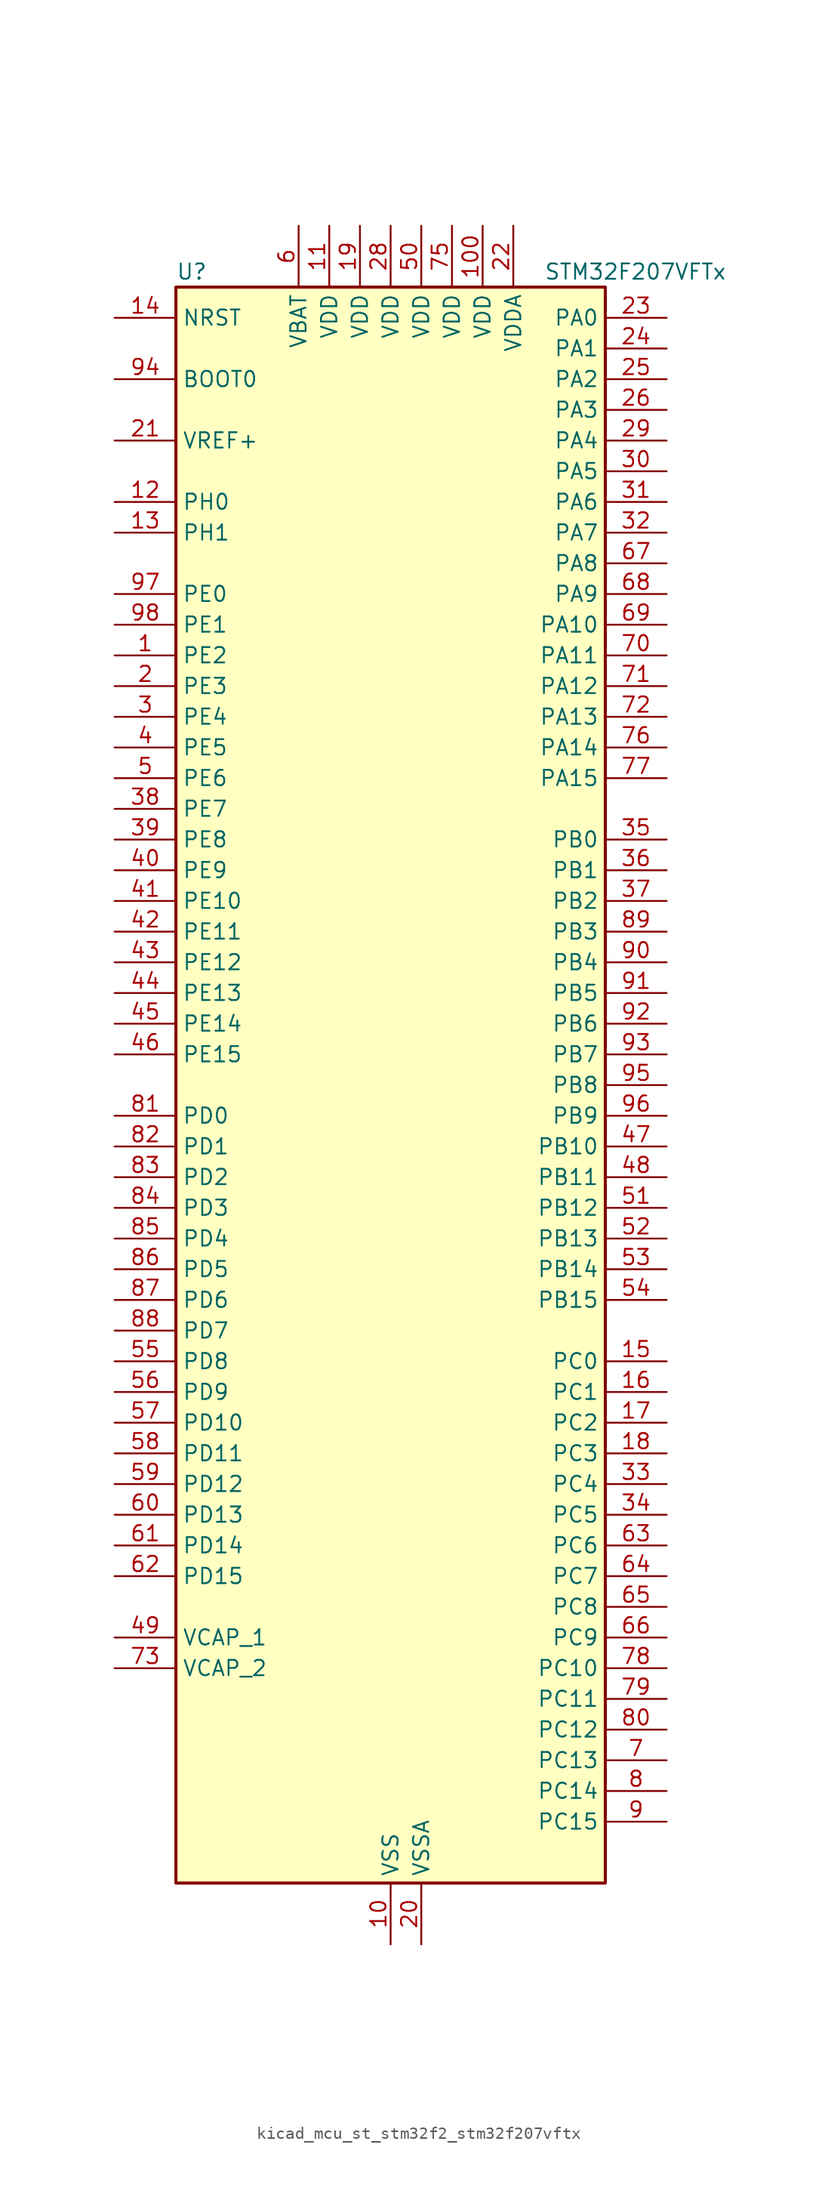
<source format=kicad_sym>
(kicad_symbol_lib
  (version 20220914)
  (generator kicad_symbol_editor)
  (symbol "kicad_mcu_st_stm32f2_stm32f207vftx"
    (property "Reference" "U"
      (at -17.78 67.31 0)
      (effects (font (size 1.27 1.27)) (justify left)))
    (property "Value" "STM32F207VFTx"
      (at 12.7 67.31 0)
      (effects (font (size 1.27 1.27)) (justify left)))
    (property "ki_locked" ""
      (at 0 0 0)
      (effects (font (size 1.27 1.27))))
    (symbol "kicad_mcu_st_stm32f2_stm32f207vftx_0_1"
      (rectangle (start -17.78 -66.04) (end 17.78 66.04) (stroke (width 0.254) (type default)) (fill (type background))))
    (symbol "kicad_mcu_st_stm32f2_stm32f207vftx_1_1"
      (pin bidirectional line (at -22.86 35.56 0) (length 5.08) (name "PE2" (effects (font (size 1.27 1.27)))) (number "1" (effects (font (size 1.27 1.27)))) (alternate "ETH_TXD3" bidirectional line) (alternate "FSMC_A23" bidirectional line) (alternate "SYS_TRACECLK" bidirectional line))
      (pin power_in line (at 0 -71.12 90) (length 5.08) (name "VSS" (effects (font (size 1.27 1.27)))) (number "10" (effects (font (size 1.27 1.27)))))
      (pin power_in line (at 7.62 71.12 270) (length 5.08) (name "VDD" (effects (font (size 1.27 1.27)))) (number "100" (effects (font (size 1.27 1.27)))))
      (pin power_in line (at -5.08 71.12 270) (length 5.08) (name "VDD" (effects (font (size 1.27 1.27)))) (number "11" (effects (font (size 1.27 1.27)))))
      (pin bidirectional line (at -22.86 48.26 0) (length 5.08) (name "PH0" (effects (font (size 1.27 1.27)))) (number "12" (effects (font (size 1.27 1.27)))) (alternate "RCC_OSC_IN" bidirectional line))
      (pin bidirectional line (at -22.86 45.72 0) (length 5.08) (name "PH1" (effects (font (size 1.27 1.27)))) (number "13" (effects (font (size 1.27 1.27)))) (alternate "RCC_OSC_OUT" bidirectional line))
      (pin input line (at -22.86 63.5 0) (length 5.08) (name "NRST" (effects (font (size 1.27 1.27)))) (number "14" (effects (font (size 1.27 1.27)))))
      (pin bidirectional line (at 22.86 -22.86 180) (length 5.08) (name "PC0" (effects (font (size 1.27 1.27)))) (number "15" (effects (font (size 1.27 1.27)))) (alternate "ADC1_IN10" bidirectional line) (alternate "ADC2_IN10" bidirectional line) (alternate "ADC3_IN10" bidirectional line) (alternate "USB_OTG_HS_ULPI_STP" bidirectional line))
      (pin bidirectional line (at 22.86 -25.4 180) (length 5.08) (name "PC1" (effects (font (size 1.27 1.27)))) (number "16" (effects (font (size 1.27 1.27)))) (alternate "ADC1_IN11" bidirectional line) (alternate "ADC2_IN11" bidirectional line) (alternate "ADC3_IN11" bidirectional line) (alternate "ETH_MDC" bidirectional line))
      (pin bidirectional line (at 22.86 -27.94 180) (length 5.08) (name "PC2" (effects (font (size 1.27 1.27)))) (number "17" (effects (font (size 1.27 1.27)))) (alternate "ADC1_IN12" bidirectional line) (alternate "ADC2_IN12" bidirectional line) (alternate "ADC3_IN12" bidirectional line) (alternate "ETH_TXD2" bidirectional line) (alternate "SPI2_MISO" bidirectional line) (alternate "USB_OTG_HS_ULPI_DIR" bidirectional line))
      (pin bidirectional line (at 22.86 -30.48 180) (length 5.08) (name "PC3" (effects (font (size 1.27 1.27)))) (number "18" (effects (font (size 1.27 1.27)))) (alternate "ADC1_IN13" bidirectional line) (alternate "ADC2_IN13" bidirectional line) (alternate "ADC3_IN13" bidirectional line) (alternate "ETH_TX_CLK" bidirectional line) (alternate "I2S2_SD" bidirectional line) (alternate "SPI2_MOSI" bidirectional line) (alternate "USB_OTG_HS_ULPI_NXT" bidirectional line))
      (pin power_in line (at -2.54 71.12 270) (length 5.08) (name "VDD" (effects (font (size 1.27 1.27)))) (number "19" (effects (font (size 1.27 1.27)))))
      (pin bidirectional line (at -22.86 33.02 0) (length 5.08) (name "PE3" (effects (font (size 1.27 1.27)))) (number "2" (effects (font (size 1.27 1.27)))) (alternate "FSMC_A19" bidirectional line) (alternate "SYS_TRACED0" bidirectional line))
      (pin power_in line (at 2.54 -71.12 90) (length 5.08) (name "VSSA" (effects (font (size 1.27 1.27)))) (number "20" (effects (font (size 1.27 1.27)))))
      (pin input line (at -22.86 53.34 0) (length 5.08) (name "VREF+" (effects (font (size 1.27 1.27)))) (number "21" (effects (font (size 1.27 1.27)))))
      (pin power_in line (at 10.16 71.12 270) (length 5.08) (name "VDDA" (effects (font (size 1.27 1.27)))) (number "22" (effects (font (size 1.27 1.27)))))
      (pin bidirectional line (at 22.86 63.5 180) (length 5.08) (name "PA0" (effects (font (size 1.27 1.27)))) (number "23" (effects (font (size 1.27 1.27)))) (alternate "ADC1_IN0" bidirectional line) (alternate "ADC2_IN0" bidirectional line) (alternate "ADC3_IN0" bidirectional line) (alternate "ETH_CRS" bidirectional line) (alternate "SYS_WKUP" bidirectional line) (alternate "TIM2_CH1" bidirectional line) (alternate "TIM2_ETR" bidirectional line) (alternate "TIM5_CH1" bidirectional line) (alternate "TIM8_ETR" bidirectional line) (alternate "UART4_TX" bidirectional line) (alternate "USART2_CTS" bidirectional line))
      (pin bidirectional line (at 22.86 60.96 180) (length 5.08) (name "PA1" (effects (font (size 1.27 1.27)))) (number "24" (effects (font (size 1.27 1.27)))) (alternate "ADC1_IN1" bidirectional line) (alternate "ADC2_IN1" bidirectional line) (alternate "ADC3_IN1" bidirectional line) (alternate "ETH_REF_CLK" bidirectional line) (alternate "ETH_RX_CLK" bidirectional line) (alternate "TIM2_CH2" bidirectional line) (alternate "TIM5_CH2" bidirectional line) (alternate "UART4_RX" bidirectional line) (alternate "USART2_RTS" bidirectional line))
      (pin bidirectional line (at 22.86 58.42 180) (length 5.08) (name "PA2" (effects (font (size 1.27 1.27)))) (number "25" (effects (font (size 1.27 1.27)))) (alternate "ADC1_IN2" bidirectional line) (alternate "ADC2_IN2" bidirectional line) (alternate "ADC3_IN2" bidirectional line) (alternate "ETH_MDIO" bidirectional line) (alternate "TIM2_CH3" bidirectional line) (alternate "TIM5_CH3" bidirectional line) (alternate "TIM9_CH1" bidirectional line) (alternate "USART2_TX" bidirectional line))
      (pin bidirectional line (at 22.86 55.88 180) (length 5.08) (name "PA3" (effects (font (size 1.27 1.27)))) (number "26" (effects (font (size 1.27 1.27)))) (alternate "ADC1_IN3" bidirectional line) (alternate "ADC2_IN3" bidirectional line) (alternate "ADC3_IN3" bidirectional line) (alternate "ETH_COL" bidirectional line) (alternate "TIM2_CH4" bidirectional line) (alternate "TIM5_CH4" bidirectional line) (alternate "TIM9_CH2" bidirectional line) (alternate "USART2_RX" bidirectional line) (alternate "USB_OTG_HS_ULPI_D0" bidirectional line))
      (pin passive line (at 0 -71.12 90) (length 5.08) hide (name "VSS" (effects (font (size 1.27 1.27)))) (number "27" (effects (font (size 1.27 1.27)))))
      (pin power_in line (at 0 71.12 270) (length 5.08) (name "VDD" (effects (font (size 1.27 1.27)))) (number "28" (effects (font (size 1.27 1.27)))))
      (pin bidirectional line (at 22.86 53.34 180) (length 5.08) (name "PA4" (effects (font (size 1.27 1.27)))) (number "29" (effects (font (size 1.27 1.27)))) (alternate "ADC1_IN4" bidirectional line) (alternate "ADC2_IN4" bidirectional line) (alternate "DAC_OUT1" bidirectional line) (alternate "DCMI_HSYNC" bidirectional line) (alternate "I2S3_WS" bidirectional line) (alternate "SPI1_NSS" bidirectional line) (alternate "SPI3_NSS" bidirectional line) (alternate "USART2_CK" bidirectional line) (alternate "USB_OTG_HS_SOF" bidirectional line))
      (pin bidirectional line (at -22.86 30.48 0) (length 5.08) (name "PE4" (effects (font (size 1.27 1.27)))) (number "3" (effects (font (size 1.27 1.27)))) (alternate "DCMI_D4" bidirectional line) (alternate "FSMC_A20" bidirectional line) (alternate "SYS_TRACED1" bidirectional line))
      (pin bidirectional line (at 22.86 50.8 180) (length 5.08) (name "PA5" (effects (font (size 1.27 1.27)))) (number "30" (effects (font (size 1.27 1.27)))) (alternate "ADC1_IN5" bidirectional line) (alternate "ADC2_IN5" bidirectional line) (alternate "DAC_OUT2" bidirectional line) (alternate "SPI1_SCK" bidirectional line) (alternate "TIM2_CH1" bidirectional line) (alternate "TIM2_ETR" bidirectional line) (alternate "TIM8_CH1N" bidirectional line) (alternate "USB_OTG_HS_ULPI_CK" bidirectional line))
      (pin bidirectional line (at 22.86 48.26 180) (length 5.08) (name "PA6" (effects (font (size 1.27 1.27)))) (number "31" (effects (font (size 1.27 1.27)))) (alternate "ADC1_IN6" bidirectional line) (alternate "ADC2_IN6" bidirectional line) (alternate "DCMI_PIXCLK" bidirectional line) (alternate "SPI1_MISO" bidirectional line) (alternate "TIM13_CH1" bidirectional line) (alternate "TIM1_BKIN" bidirectional line) (alternate "TIM3_CH1" bidirectional line) (alternate "TIM8_BKIN" bidirectional line))
      (pin bidirectional line (at 22.86 45.72 180) (length 5.08) (name "PA7" (effects (font (size 1.27 1.27)))) (number "32" (effects (font (size 1.27 1.27)))) (alternate "ADC1_IN7" bidirectional line) (alternate "ADC2_IN7" bidirectional line) (alternate "ETH_CRS_DV" bidirectional line) (alternate "ETH_RX_DV" bidirectional line) (alternate "SPI1_MOSI" bidirectional line) (alternate "TIM14_CH1" bidirectional line) (alternate "TIM1_CH1N" bidirectional line) (alternate "TIM3_CH2" bidirectional line) (alternate "TIM8_CH1N" bidirectional line))
      (pin bidirectional line (at 22.86 -33.02 180) (length 5.08) (name "PC4" (effects (font (size 1.27 1.27)))) (number "33" (effects (font (size 1.27 1.27)))) (alternate "ADC1_IN14" bidirectional line) (alternate "ADC2_IN14" bidirectional line) (alternate "ETH_RXD0" bidirectional line))
      (pin bidirectional line (at 22.86 -35.56 180) (length 5.08) (name "PC5" (effects (font (size 1.27 1.27)))) (number "34" (effects (font (size 1.27 1.27)))) (alternate "ADC1_IN15" bidirectional line) (alternate "ADC2_IN15" bidirectional line) (alternate "ETH_RXD1" bidirectional line))
      (pin bidirectional line (at 22.86 20.32 180) (length 5.08) (name "PB0" (effects (font (size 1.27 1.27)))) (number "35" (effects (font (size 1.27 1.27)))) (alternate "ADC1_IN8" bidirectional line) (alternate "ADC2_IN8" bidirectional line) (alternate "ETH_RXD2" bidirectional line) (alternate "TIM1_CH2N" bidirectional line) (alternate "TIM3_CH3" bidirectional line) (alternate "TIM8_CH2N" bidirectional line) (alternate "USB_OTG_HS_ULPI_D1" bidirectional line))
      (pin bidirectional line (at 22.86 17.78 180) (length 5.08) (name "PB1" (effects (font (size 1.27 1.27)))) (number "36" (effects (font (size 1.27 1.27)))) (alternate "ADC1_IN9" bidirectional line) (alternate "ADC2_IN9" bidirectional line) (alternate "ETH_RXD3" bidirectional line) (alternate "TIM1_CH3N" bidirectional line) (alternate "TIM3_CH4" bidirectional line) (alternate "TIM8_CH3N" bidirectional line) (alternate "USB_OTG_HS_ULPI_D2" bidirectional line))
      (pin bidirectional line (at 22.86 15.24 180) (length 5.08) (name "PB2" (effects (font (size 1.27 1.27)))) (number "37" (effects (font (size 1.27 1.27)))))
      (pin bidirectional line (at -22.86 22.86 0) (length 5.08) (name "PE7" (effects (font (size 1.27 1.27)))) (number "38" (effects (font (size 1.27 1.27)))) (alternate "FSMC_D4" bidirectional line) (alternate "FSMC_DA4" bidirectional line) (alternate "TIM1_ETR" bidirectional line))
      (pin bidirectional line (at -22.86 20.32 0) (length 5.08) (name "PE8" (effects (font (size 1.27 1.27)))) (number "39" (effects (font (size 1.27 1.27)))) (alternate "FSMC_D5" bidirectional line) (alternate "FSMC_DA5" bidirectional line) (alternate "TIM1_CH1N" bidirectional line))
      (pin bidirectional line (at -22.86 27.94 0) (length 5.08) (name "PE5" (effects (font (size 1.27 1.27)))) (number "4" (effects (font (size 1.27 1.27)))) (alternate "DCMI_D6" bidirectional line) (alternate "FSMC_A21" bidirectional line) (alternate "SYS_TRACED2" bidirectional line) (alternate "TIM9_CH1" bidirectional line))
      (pin bidirectional line (at -22.86 17.78 0) (length 5.08) (name "PE9" (effects (font (size 1.27 1.27)))) (number "40" (effects (font (size 1.27 1.27)))) (alternate "DAC_EXTI9" bidirectional line) (alternate "FSMC_D6" bidirectional line) (alternate "FSMC_DA6" bidirectional line) (alternate "TIM1_CH1" bidirectional line))
      (pin bidirectional line (at -22.86 15.24 0) (length 5.08) (name "PE10" (effects (font (size 1.27 1.27)))) (number "41" (effects (font (size 1.27 1.27)))) (alternate "FSMC_D7" bidirectional line) (alternate "FSMC_DA7" bidirectional line) (alternate "TIM1_CH2N" bidirectional line))
      (pin bidirectional line (at -22.86 12.7 0) (length 5.08) (name "PE11" (effects (font (size 1.27 1.27)))) (number "42" (effects (font (size 1.27 1.27)))) (alternate "ADC1_EXTI11" bidirectional line) (alternate "ADC2_EXTI11" bidirectional line) (alternate "ADC3_EXTI11" bidirectional line) (alternate "FSMC_D8" bidirectional line) (alternate "FSMC_DA8" bidirectional line) (alternate "TIM1_CH2" bidirectional line))
      (pin bidirectional line (at -22.86 10.16 0) (length 5.08) (name "PE12" (effects (font (size 1.27 1.27)))) (number "43" (effects (font (size 1.27 1.27)))) (alternate "FSMC_D9" bidirectional line) (alternate "FSMC_DA9" bidirectional line) (alternate "TIM1_CH3N" bidirectional line))
      (pin bidirectional line (at -22.86 7.62 0) (length 5.08) (name "PE13" (effects (font (size 1.27 1.27)))) (number "44" (effects (font (size 1.27 1.27)))) (alternate "FSMC_D10" bidirectional line) (alternate "FSMC_DA10" bidirectional line) (alternate "TIM1_CH3" bidirectional line))
      (pin bidirectional line (at -22.86 5.08 0) (length 5.08) (name "PE14" (effects (font (size 1.27 1.27)))) (number "45" (effects (font (size 1.27 1.27)))) (alternate "FSMC_D11" bidirectional line) (alternate "FSMC_DA11" bidirectional line) (alternate "TIM1_CH4" bidirectional line))
      (pin bidirectional line (at -22.86 2.54 0) (length 5.08) (name "PE15" (effects (font (size 1.27 1.27)))) (number "46" (effects (font (size 1.27 1.27)))) (alternate "ADC1_EXTI15" bidirectional line) (alternate "ADC2_EXTI15" bidirectional line) (alternate "ADC3_EXTI15" bidirectional line) (alternate "FSMC_D12" bidirectional line) (alternate "FSMC_DA12" bidirectional line) (alternate "TIM1_BKIN" bidirectional line))
      (pin bidirectional line (at 22.86 -5.08 180) (length 5.08) (name "PB10" (effects (font (size 1.27 1.27)))) (number "47" (effects (font (size 1.27 1.27)))) (alternate "ETH_RX_ER" bidirectional line) (alternate "I2C2_SCL" bidirectional line) (alternate "I2S2_SCK" bidirectional line) (alternate "SPI2_SCK" bidirectional line) (alternate "TIM2_CH3" bidirectional line) (alternate "USART3_TX" bidirectional line) (alternate "USB_OTG_HS_ULPI_D3" bidirectional line))
      (pin bidirectional line (at 22.86 -7.62 180) (length 5.08) (name "PB11" (effects (font (size 1.27 1.27)))) (number "48" (effects (font (size 1.27 1.27)))) (alternate "ADC1_EXTI11" bidirectional line) (alternate "ADC2_EXTI11" bidirectional line) (alternate "ADC3_EXTI11" bidirectional line) (alternate "ETH_TX_EN" bidirectional line) (alternate "I2C2_SDA" bidirectional line) (alternate "TIM2_CH4" bidirectional line) (alternate "USART3_RX" bidirectional line) (alternate "USB_OTG_HS_ULPI_D4" bidirectional line))
      (pin power_out line (at -22.86 -45.72 0) (length 5.08) (name "VCAP_1" (effects (font (size 1.27 1.27)))) (number "49" (effects (font (size 1.27 1.27)))))
      (pin bidirectional line (at -22.86 25.4 0) (length 5.08) (name "PE6" (effects (font (size 1.27 1.27)))) (number "5" (effects (font (size 1.27 1.27)))) (alternate "DCMI_D7" bidirectional line) (alternate "FSMC_A22" bidirectional line) (alternate "SYS_TRACED3" bidirectional line) (alternate "TIM9_CH2" bidirectional line))
      (pin power_in line (at 2.54 71.12 270) (length 5.08) (name "VDD" (effects (font (size 1.27 1.27)))) (number "50" (effects (font (size 1.27 1.27)))))
      (pin bidirectional line (at 22.86 -10.16 180) (length 5.08) (name "PB12" (effects (font (size 1.27 1.27)))) (number "51" (effects (font (size 1.27 1.27)))) (alternate "CAN2_RX" bidirectional line) (alternate "ETH_TXD0" bidirectional line) (alternate "I2C2_SMBA" bidirectional line) (alternate "I2S2_WS" bidirectional line) (alternate "SPI2_NSS" bidirectional line) (alternate "TIM1_BKIN" bidirectional line) (alternate "USART3_CK" bidirectional line) (alternate "USB_OTG_HS_ID" bidirectional line) (alternate "USB_OTG_HS_ULPI_D5" bidirectional line))
      (pin bidirectional line (at 22.86 -12.7 180) (length 5.08) (name "PB13" (effects (font (size 1.27 1.27)))) (number "52" (effects (font (size 1.27 1.27)))) (alternate "CAN2_TX" bidirectional line) (alternate "ETH_TXD1" bidirectional line) (alternate "I2S2_SCK" bidirectional line) (alternate "SPI2_SCK" bidirectional line) (alternate "TIM1_CH1N" bidirectional line) (alternate "USART3_CTS" bidirectional line) (alternate "USB_OTG_HS_ULPI_D6" bidirectional line) (alternate "USB_OTG_HS_VBUS" bidirectional line))
      (pin bidirectional line (at 22.86 -15.24 180) (length 5.08) (name "PB14" (effects (font (size 1.27 1.27)))) (number "53" (effects (font (size 1.27 1.27)))) (alternate "SPI2_MISO" bidirectional line) (alternate "TIM12_CH1" bidirectional line) (alternate "TIM1_CH2N" bidirectional line) (alternate "TIM8_CH2N" bidirectional line) (alternate "USART3_RTS" bidirectional line) (alternate "USB_OTG_HS_DM" bidirectional line))
      (pin bidirectional line (at 22.86 -17.78 180) (length 5.08) (name "PB15" (effects (font (size 1.27 1.27)))) (number "54" (effects (font (size 1.27 1.27)))) (alternate "ADC1_EXTI15" bidirectional line) (alternate "ADC2_EXTI15" bidirectional line) (alternate "ADC3_EXTI15" bidirectional line) (alternate "I2S2_SD" bidirectional line) (alternate "RTC_REFIN" bidirectional line) (alternate "SPI2_MOSI" bidirectional line) (alternate "TIM12_CH2" bidirectional line) (alternate "TIM1_CH3N" bidirectional line) (alternate "TIM8_CH3N" bidirectional line) (alternate "USB_OTG_HS_DP" bidirectional line))
      (pin bidirectional line (at -22.86 -22.86 0) (length 5.08) (name "PD8" (effects (font (size 1.27 1.27)))) (number "55" (effects (font (size 1.27 1.27)))) (alternate "FSMC_D13" bidirectional line) (alternate "FSMC_DA13" bidirectional line) (alternate "USART3_TX" bidirectional line))
      (pin bidirectional line (at -22.86 -25.4 0) (length 5.08) (name "PD9" (effects (font (size 1.27 1.27)))) (number "56" (effects (font (size 1.27 1.27)))) (alternate "DAC_EXTI9" bidirectional line) (alternate "FSMC_D14" bidirectional line) (alternate "FSMC_DA14" bidirectional line) (alternate "USART3_RX" bidirectional line))
      (pin bidirectional line (at -22.86 -27.94 0) (length 5.08) (name "PD10" (effects (font (size 1.27 1.27)))) (number "57" (effects (font (size 1.27 1.27)))) (alternate "FSMC_D15" bidirectional line) (alternate "FSMC_DA15" bidirectional line) (alternate "USART3_CK" bidirectional line))
      (pin bidirectional line (at -22.86 -30.48 0) (length 5.08) (name "PD11" (effects (font (size 1.27 1.27)))) (number "58" (effects (font (size 1.27 1.27)))) (alternate "ADC1_EXTI11" bidirectional line) (alternate "ADC2_EXTI11" bidirectional line) (alternate "ADC3_EXTI11" bidirectional line) (alternate "FSMC_A16" bidirectional line) (alternate "FSMC_CLE" bidirectional line) (alternate "USART3_CTS" bidirectional line))
      (pin bidirectional line (at -22.86 -33.02 0) (length 5.08) (name "PD12" (effects (font (size 1.27 1.27)))) (number "59" (effects (font (size 1.27 1.27)))) (alternate "FSMC_A17" bidirectional line) (alternate "FSMC_ALE" bidirectional line) (alternate "TIM4_CH1" bidirectional line) (alternate "USART3_RTS" bidirectional line))
      (pin power_in line (at -7.62 71.12 270) (length 5.08) (name "VBAT" (effects (font (size 1.27 1.27)))) (number "6" (effects (font (size 1.27 1.27)))))
      (pin bidirectional line (at -22.86 -35.56 0) (length 5.08) (name "PD13" (effects (font (size 1.27 1.27)))) (number "60" (effects (font (size 1.27 1.27)))) (alternate "FSMC_A18" bidirectional line) (alternate "TIM4_CH2" bidirectional line))
      (pin bidirectional line (at -22.86 -38.1 0) (length 5.08) (name "PD14" (effects (font (size 1.27 1.27)))) (number "61" (effects (font (size 1.27 1.27)))) (alternate "FSMC_D0" bidirectional line) (alternate "FSMC_DA0" bidirectional line) (alternate "TIM4_CH3" bidirectional line))
      (pin bidirectional line (at -22.86 -40.64 0) (length 5.08) (name "PD15" (effects (font (size 1.27 1.27)))) (number "62" (effects (font (size 1.27 1.27)))) (alternate "ADC1_EXTI15" bidirectional line) (alternate "ADC2_EXTI15" bidirectional line) (alternate "ADC3_EXTI15" bidirectional line) (alternate "FSMC_D1" bidirectional line) (alternate "FSMC_DA1" bidirectional line) (alternate "TIM4_CH4" bidirectional line))
      (pin bidirectional line (at 22.86 -38.1 180) (length 5.08) (name "PC6" (effects (font (size 1.27 1.27)))) (number "63" (effects (font (size 1.27 1.27)))) (alternate "DCMI_D0" bidirectional line) (alternate "I2S2_MCK" bidirectional line) (alternate "SDIO_D6" bidirectional line) (alternate "TIM3_CH1" bidirectional line) (alternate "TIM8_CH1" bidirectional line) (alternate "USART6_TX" bidirectional line))
      (pin bidirectional line (at 22.86 -40.64 180) (length 5.08) (name "PC7" (effects (font (size 1.27 1.27)))) (number "64" (effects (font (size 1.27 1.27)))) (alternate "DCMI_D1" bidirectional line) (alternate "I2S3_MCK" bidirectional line) (alternate "SDIO_D7" bidirectional line) (alternate "TIM3_CH2" bidirectional line) (alternate "TIM8_CH2" bidirectional line) (alternate "USART6_RX" bidirectional line))
      (pin bidirectional line (at 22.86 -43.18 180) (length 5.08) (name "PC8" (effects (font (size 1.27 1.27)))) (number "65" (effects (font (size 1.27 1.27)))) (alternate "DCMI_D2" bidirectional line) (alternate "SDIO_D0" bidirectional line) (alternate "TIM3_CH3" bidirectional line) (alternate "TIM8_CH3" bidirectional line) (alternate "USART6_CK" bidirectional line))
      (pin bidirectional line (at 22.86 -45.72 180) (length 5.08) (name "PC9" (effects (font (size 1.27 1.27)))) (number "66" (effects (font (size 1.27 1.27)))) (alternate "DAC_EXTI9" bidirectional line) (alternate "DCMI_D3" bidirectional line) (alternate "I2C3_SDA" bidirectional line) (alternate "I2S_CKIN" bidirectional line) (alternate "RCC_MCO_2" bidirectional line) (alternate "SDIO_D1" bidirectional line) (alternate "TIM3_CH4" bidirectional line) (alternate "TIM8_CH4" bidirectional line))
      (pin bidirectional line (at 22.86 43.18 180) (length 5.08) (name "PA8" (effects (font (size 1.27 1.27)))) (number "67" (effects (font (size 1.27 1.27)))) (alternate "I2C3_SCL" bidirectional line) (alternate "RCC_MCO_1" bidirectional line) (alternate "TIM1_CH1" bidirectional line) (alternate "USART1_CK" bidirectional line) (alternate "USB_OTG_FS_SOF" bidirectional line))
      (pin bidirectional line (at 22.86 40.64 180) (length 5.08) (name "PA9" (effects (font (size 1.27 1.27)))) (number "68" (effects (font (size 1.27 1.27)))) (alternate "DAC_EXTI9" bidirectional line) (alternate "DCMI_D0" bidirectional line) (alternate "I2C3_SMBA" bidirectional line) (alternate "TIM1_CH2" bidirectional line) (alternate "USART1_TX" bidirectional line) (alternate "USB_OTG_FS_VBUS" bidirectional line))
      (pin bidirectional line (at 22.86 38.1 180) (length 5.08) (name "PA10" (effects (font (size 1.27 1.27)))) (number "69" (effects (font (size 1.27 1.27)))) (alternate "DCMI_D1" bidirectional line) (alternate "TIM1_CH3" bidirectional line) (alternate "USART1_RX" bidirectional line) (alternate "USB_OTG_FS_ID" bidirectional line))
      (pin bidirectional line (at 22.86 -55.88 180) (length 5.08) (name "PC13" (effects (font (size 1.27 1.27)))) (number "7" (effects (font (size 1.27 1.27)))) (alternate "RTC_AF1" bidirectional line))
      (pin bidirectional line (at 22.86 35.56 180) (length 5.08) (name "PA11" (effects (font (size 1.27 1.27)))) (number "70" (effects (font (size 1.27 1.27)))) (alternate "ADC1_EXTI11" bidirectional line) (alternate "ADC2_EXTI11" bidirectional line) (alternate "ADC3_EXTI11" bidirectional line) (alternate "CAN1_RX" bidirectional line) (alternate "TIM1_CH4" bidirectional line) (alternate "USART1_CTS" bidirectional line) (alternate "USB_OTG_FS_DM" bidirectional line))
      (pin bidirectional line (at 22.86 33.02 180) (length 5.08) (name "PA12" (effects (font (size 1.27 1.27)))) (number "71" (effects (font (size 1.27 1.27)))) (alternate "CAN1_TX" bidirectional line) (alternate "TIM1_ETR" bidirectional line) (alternate "USART1_RTS" bidirectional line) (alternate "USB_OTG_FS_DP" bidirectional line))
      (pin bidirectional line (at 22.86 30.48 180) (length 5.08) (name "PA13" (effects (font (size 1.27 1.27)))) (number "72" (effects (font (size 1.27 1.27)))) (alternate "SYS_JTMS-SWDIO" bidirectional line))
      (pin power_out line (at -22.86 -48.26 0) (length 5.08) (name "VCAP_2" (effects (font (size 1.27 1.27)))) (number "73" (effects (font (size 1.27 1.27)))))
      (pin passive line (at 0 -71.12 90) (length 5.08) hide (name "VSS" (effects (font (size 1.27 1.27)))) (number "74" (effects (font (size 1.27 1.27)))))
      (pin power_in line (at 5.08 71.12 270) (length 5.08) (name "VDD" (effects (font (size 1.27 1.27)))) (number "75" (effects (font (size 1.27 1.27)))))
      (pin bidirectional line (at 22.86 27.94 180) (length 5.08) (name "PA14" (effects (font (size 1.27 1.27)))) (number "76" (effects (font (size 1.27 1.27)))) (alternate "SYS_JTCK-SWCLK" bidirectional line))
      (pin bidirectional line (at 22.86 25.4 180) (length 5.08) (name "PA15" (effects (font (size 1.27 1.27)))) (number "77" (effects (font (size 1.27 1.27)))) (alternate "ADC1_EXTI15" bidirectional line) (alternate "ADC2_EXTI15" bidirectional line) (alternate "ADC3_EXTI15" bidirectional line) (alternate "I2S3_WS" bidirectional line) (alternate "SPI1_NSS" bidirectional line) (alternate "SPI3_NSS" bidirectional line) (alternate "SYS_JTDI" bidirectional line) (alternate "TIM2_CH1" bidirectional line) (alternate "TIM2_ETR" bidirectional line))
      (pin bidirectional line (at 22.86 -48.26 180) (length 5.08) (name "PC10" (effects (font (size 1.27 1.27)))) (number "78" (effects (font (size 1.27 1.27)))) (alternate "DCMI_D8" bidirectional line) (alternate "I2S3_SCK" bidirectional line) (alternate "SDIO_D2" bidirectional line) (alternate "SPI3_SCK" bidirectional line) (alternate "UART4_TX" bidirectional line) (alternate "USART3_TX" bidirectional line))
      (pin bidirectional line (at 22.86 -50.8 180) (length 5.08) (name "PC11" (effects (font (size 1.27 1.27)))) (number "79" (effects (font (size 1.27 1.27)))) (alternate "ADC1_EXTI11" bidirectional line) (alternate "ADC2_EXTI11" bidirectional line) (alternate "ADC3_EXTI11" bidirectional line) (alternate "DCMI_D4" bidirectional line) (alternate "SDIO_D3" bidirectional line) (alternate "SPI3_MISO" bidirectional line) (alternate "UART4_RX" bidirectional line) (alternate "USART3_RX" bidirectional line))
      (pin bidirectional line (at 22.86 -58.42 180) (length 5.08) (name "PC14" (effects (font (size 1.27 1.27)))) (number "8" (effects (font (size 1.27 1.27)))) (alternate "RCC_OSC32_IN" bidirectional line))
      (pin bidirectional line (at 22.86 -53.34 180) (length 5.08) (name "PC12" (effects (font (size 1.27 1.27)))) (number "80" (effects (font (size 1.27 1.27)))) (alternate "DCMI_D9" bidirectional line) (alternate "I2S3_SD" bidirectional line) (alternate "SDIO_CK" bidirectional line) (alternate "SPI3_MOSI" bidirectional line) (alternate "UART5_TX" bidirectional line) (alternate "USART3_CK" bidirectional line))
      (pin bidirectional line (at -22.86 -2.54 0) (length 5.08) (name "PD0" (effects (font (size 1.27 1.27)))) (number "81" (effects (font (size 1.27 1.27)))) (alternate "CAN1_RX" bidirectional line) (alternate "FSMC_D2" bidirectional line) (alternate "FSMC_DA2" bidirectional line))
      (pin bidirectional line (at -22.86 -5.08 0) (length 5.08) (name "PD1" (effects (font (size 1.27 1.27)))) (number "82" (effects (font (size 1.27 1.27)))) (alternate "CAN1_TX" bidirectional line) (alternate "FSMC_D3" bidirectional line) (alternate "FSMC_DA3" bidirectional line))
      (pin bidirectional line (at -22.86 -7.62 0) (length 5.08) (name "PD2" (effects (font (size 1.27 1.27)))) (number "83" (effects (font (size 1.27 1.27)))) (alternate "DCMI_D11" bidirectional line) (alternate "SDIO_CMD" bidirectional line) (alternate "TIM3_ETR" bidirectional line) (alternate "UART5_RX" bidirectional line))
      (pin bidirectional line (at -22.86 -10.16 0) (length 5.08) (name "PD3" (effects (font (size 1.27 1.27)))) (number "84" (effects (font (size 1.27 1.27)))) (alternate "FSMC_CLK" bidirectional line) (alternate "USART2_CTS" bidirectional line))
      (pin bidirectional line (at -22.86 -12.7 0) (length 5.08) (name "PD4" (effects (font (size 1.27 1.27)))) (number "85" (effects (font (size 1.27 1.27)))) (alternate "FSMC_NOE" bidirectional line) (alternate "USART2_RTS" bidirectional line))
      (pin bidirectional line (at -22.86 -15.24 0) (length 5.08) (name "PD5" (effects (font (size 1.27 1.27)))) (number "86" (effects (font (size 1.27 1.27)))) (alternate "FSMC_NWE" bidirectional line) (alternate "USART2_TX" bidirectional line))
      (pin bidirectional line (at -22.86 -17.78 0) (length 5.08) (name "PD6" (effects (font (size 1.27 1.27)))) (number "87" (effects (font (size 1.27 1.27)))) (alternate "FSMC_NWAIT" bidirectional line) (alternate "USART2_RX" bidirectional line))
      (pin bidirectional line (at -22.86 -20.32 0) (length 5.08) (name "PD7" (effects (font (size 1.27 1.27)))) (number "88" (effects (font (size 1.27 1.27)))) (alternate "FSMC_NCE2" bidirectional line) (alternate "FSMC_NE1" bidirectional line) (alternate "USART2_CK" bidirectional line))
      (pin bidirectional line (at 22.86 12.7 180) (length 5.08) (name "PB3" (effects (font (size 1.27 1.27)))) (number "89" (effects (font (size 1.27 1.27)))) (alternate "I2S3_SCK" bidirectional line) (alternate "SPI1_SCK" bidirectional line) (alternate "SPI3_SCK" bidirectional line) (alternate "SYS_JTDO-SWO" bidirectional line) (alternate "TIM2_CH2" bidirectional line))
      (pin bidirectional line (at 22.86 -60.96 180) (length 5.08) (name "PC15" (effects (font (size 1.27 1.27)))) (number "9" (effects (font (size 1.27 1.27)))) (alternate "ADC1_EXTI15" bidirectional line) (alternate "ADC2_EXTI15" bidirectional line) (alternate "ADC3_EXTI15" bidirectional line) (alternate "RCC_OSC32_OUT" bidirectional line))
      (pin bidirectional line (at 22.86 10.16 180) (length 5.08) (name "PB4" (effects (font (size 1.27 1.27)))) (number "90" (effects (font (size 1.27 1.27)))) (alternate "SPI1_MISO" bidirectional line) (alternate "SPI3_MISO" bidirectional line) (alternate "SYS_JTRST" bidirectional line) (alternate "TIM3_CH1" bidirectional line))
      (pin bidirectional line (at 22.86 7.62 180) (length 5.08) (name "PB5" (effects (font (size 1.27 1.27)))) (number "91" (effects (font (size 1.27 1.27)))) (alternate "CAN2_RX" bidirectional line) (alternate "DCMI_D10" bidirectional line) (alternate "ETH_PPS_OUT" bidirectional line) (alternate "I2C1_SMBA" bidirectional line) (alternate "I2S3_SD" bidirectional line) (alternate "SPI1_MOSI" bidirectional line) (alternate "SPI3_MOSI" bidirectional line) (alternate "TIM3_CH2" bidirectional line) (alternate "USB_OTG_HS_ULPI_D7" bidirectional line))
      (pin bidirectional line (at 22.86 5.08 180) (length 5.08) (name "PB6" (effects (font (size 1.27 1.27)))) (number "92" (effects (font (size 1.27 1.27)))) (alternate "CAN2_TX" bidirectional line) (alternate "DCMI_D5" bidirectional line) (alternate "I2C1_SCL" bidirectional line) (alternate "TIM4_CH1" bidirectional line) (alternate "USART1_TX" bidirectional line))
      (pin bidirectional line (at 22.86 2.54 180) (length 5.08) (name "PB7" (effects (font (size 1.27 1.27)))) (number "93" (effects (font (size 1.27 1.27)))) (alternate "DCMI_VSYNC" bidirectional line) (alternate "FSMC_NL" bidirectional line) (alternate "I2C1_SDA" bidirectional line) (alternate "TIM4_CH2" bidirectional line) (alternate "USART1_RX" bidirectional line))
      (pin input line (at -22.86 58.42 0) (length 5.08) (name "BOOT0" (effects (font (size 1.27 1.27)))) (number "94" (effects (font (size 1.27 1.27)))))
      (pin bidirectional line (at 22.86 0 180) (length 5.08) (name "PB8" (effects (font (size 1.27 1.27)))) (number "95" (effects (font (size 1.27 1.27)))) (alternate "CAN1_RX" bidirectional line) (alternate "DCMI_D6" bidirectional line) (alternate "ETH_TXD3" bidirectional line) (alternate "I2C1_SCL" bidirectional line) (alternate "SDIO_D4" bidirectional line) (alternate "TIM10_CH1" bidirectional line) (alternate "TIM4_CH3" bidirectional line))
      (pin bidirectional line (at 22.86 -2.54 180) (length 5.08) (name "PB9" (effects (font (size 1.27 1.27)))) (number "96" (effects (font (size 1.27 1.27)))) (alternate "CAN1_TX" bidirectional line) (alternate "DAC_EXTI9" bidirectional line) (alternate "DCMI_D7" bidirectional line) (alternate "I2C1_SDA" bidirectional line) (alternate "I2S2_WS" bidirectional line) (alternate "SDIO_D5" bidirectional line) (alternate "SPI2_NSS" bidirectional line) (alternate "TIM11_CH1" bidirectional line) (alternate "TIM4_CH4" bidirectional line))
      (pin bidirectional line (at -22.86 40.64 0) (length 5.08) (name "PE0" (effects (font (size 1.27 1.27)))) (number "97" (effects (font (size 1.27 1.27)))) (alternate "DCMI_D2" bidirectional line) (alternate "FSMC_NBL0" bidirectional line) (alternate "TIM4_ETR" bidirectional line))
      (pin bidirectional line (at -22.86 38.1 0) (length 5.08) (name "PE1" (effects (font (size 1.27 1.27)))) (number "98" (effects (font (size 1.27 1.27)))) (alternate "DCMI_D3" bidirectional line) (alternate "FSMC_NBL1" bidirectional line))
      (pin no_connect line (at -17.78 -66.04 0) (length 5.08) hide (name "RFU" (effects (font (size 1.27 1.27)))) (number "99" (effects (font (size 1.27 1.27))))))))
</source>
